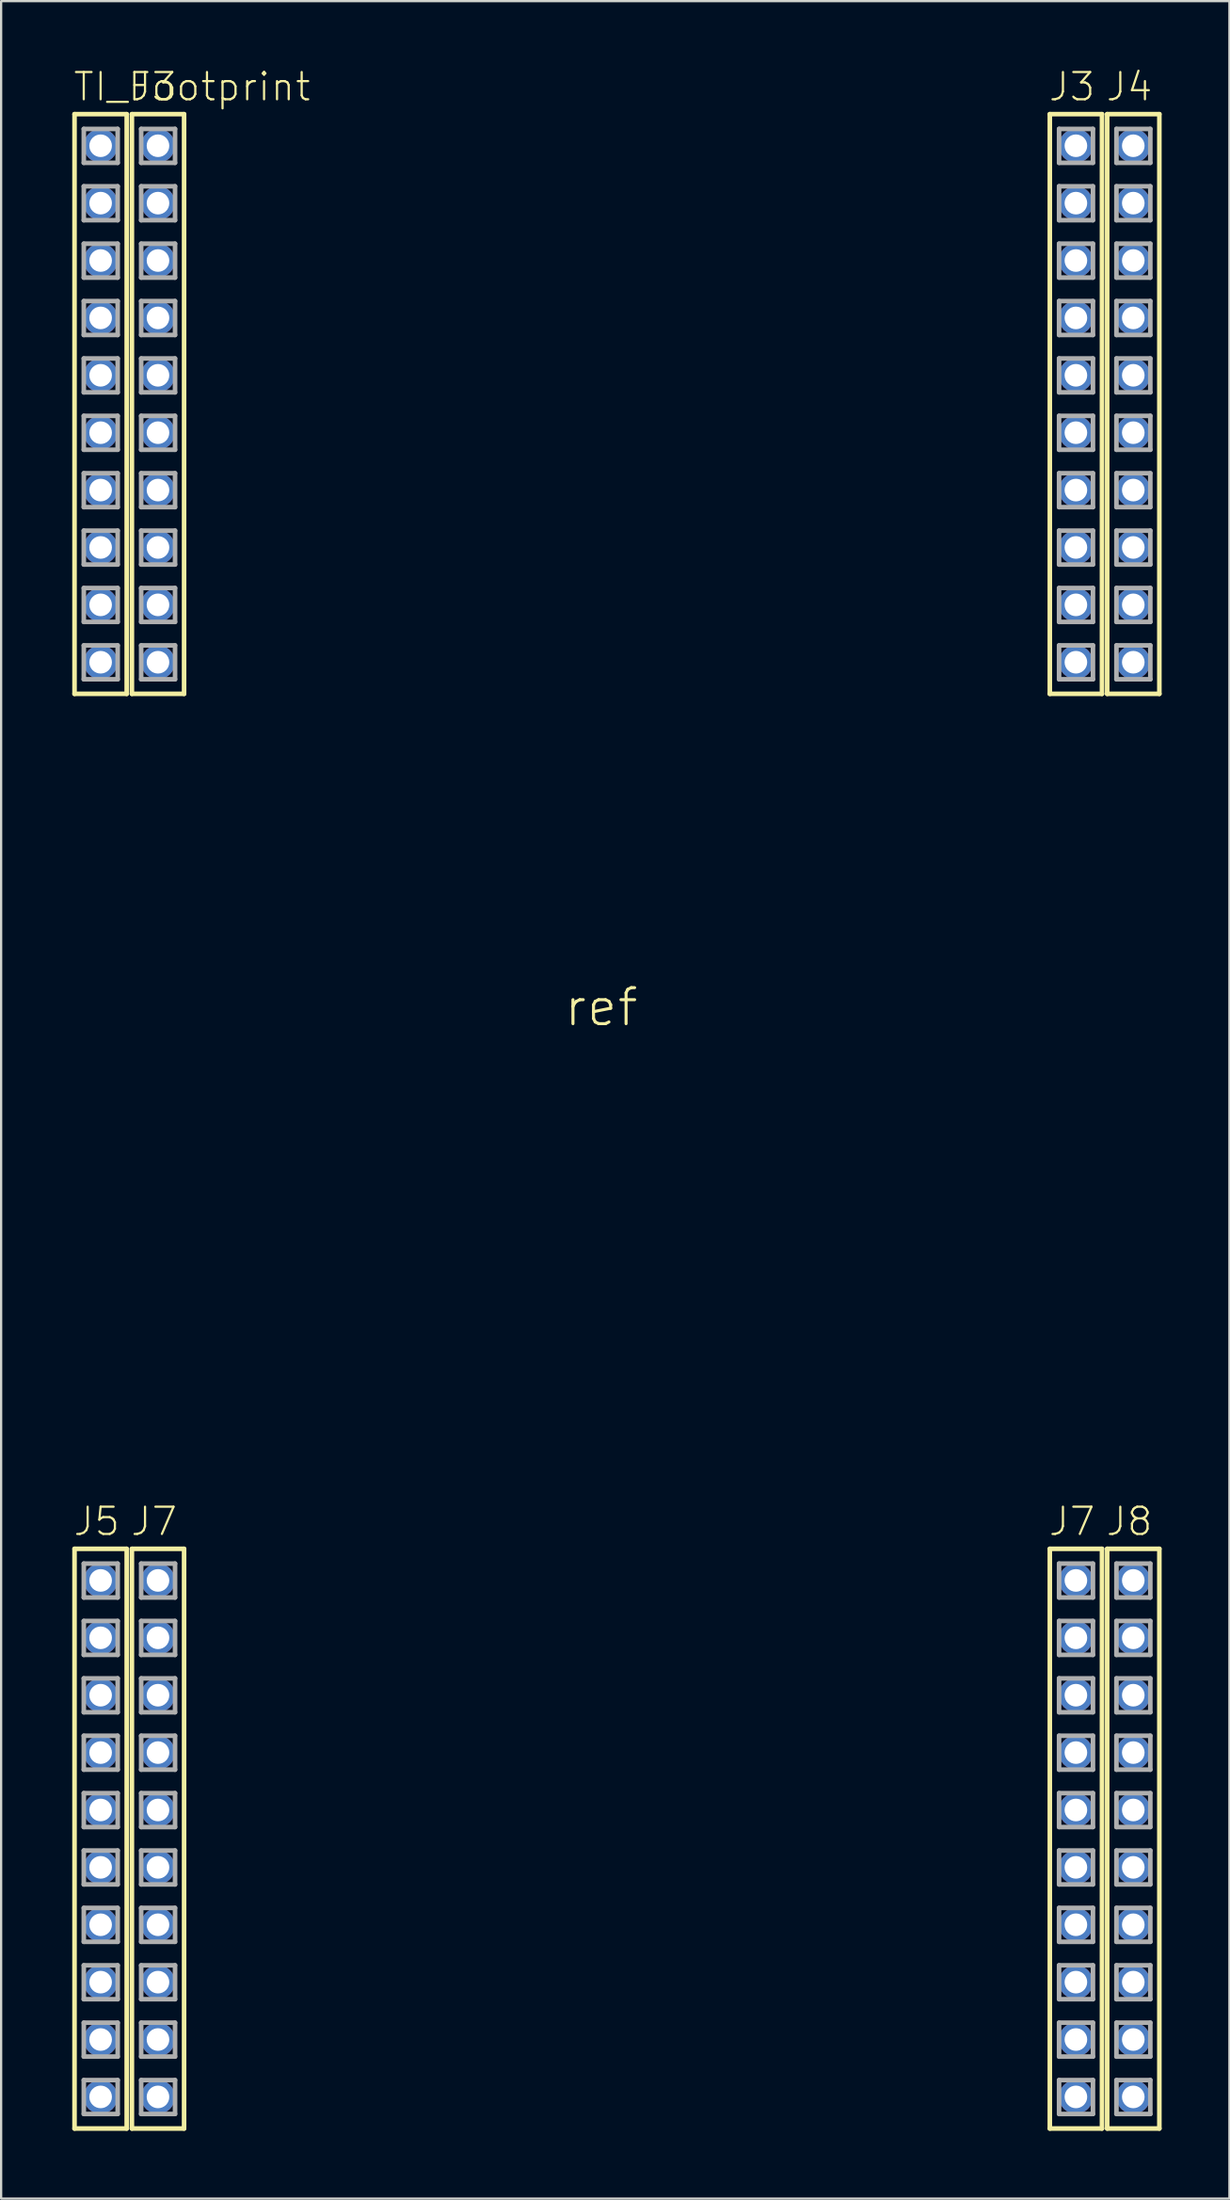
<source format=kicad_pcb>
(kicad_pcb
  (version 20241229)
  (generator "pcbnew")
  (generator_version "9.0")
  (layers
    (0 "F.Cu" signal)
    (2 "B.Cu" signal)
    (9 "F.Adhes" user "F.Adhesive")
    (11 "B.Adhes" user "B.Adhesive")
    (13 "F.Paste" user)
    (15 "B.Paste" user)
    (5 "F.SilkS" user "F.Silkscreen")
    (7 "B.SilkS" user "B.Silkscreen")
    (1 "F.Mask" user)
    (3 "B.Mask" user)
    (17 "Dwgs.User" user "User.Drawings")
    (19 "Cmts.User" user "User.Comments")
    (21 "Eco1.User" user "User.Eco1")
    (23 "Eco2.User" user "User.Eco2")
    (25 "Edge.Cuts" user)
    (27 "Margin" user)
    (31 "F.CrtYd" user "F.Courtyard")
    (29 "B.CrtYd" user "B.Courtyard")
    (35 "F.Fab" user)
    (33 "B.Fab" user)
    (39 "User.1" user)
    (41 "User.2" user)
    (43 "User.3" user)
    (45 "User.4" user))
  (footprint "TI_Footprint"
    (layer "F.Cu")
    (at 0.25 27.66)
    (property "Reference" "TI_Footprint" (at -0.115 -26.164 180) (layer "F.SilkS") (effects (font (size 1.206 1.206) (thickness 0.097)) (justify left bottom)))
    (attr through_hole)
    (fp_line (start 0 -25.658) (end 2.31 -25.658) (stroke (width 0.203) (type solid)) (layer "F.SilkS"))
    (fp_line (start 0 0) (end 0 -25.658) (stroke (width 0.203) (type solid)) (layer "F.SilkS"))
    (fp_line (start 0 37.842) (end 2.31 37.842) (stroke (width 0.203) (type solid)) (layer "F.SilkS"))
    (fp_line (start 0 63.5) (end 0 37.842) (stroke (width 0.203) (type solid)) (layer "F.SilkS"))
    (fp_line (start 2.31 -25.658) (end 2.31 0) (stroke (width 0.203) (type solid)) (layer "F.SilkS"))
    (fp_line (start 2.31 0) (end 0 0) (stroke (width 0.203) (type solid)) (layer "F.SilkS"))
    (fp_line (start 2.31 37.842) (end 2.31 63.5) (stroke (width 0.203) (type solid)) (layer "F.SilkS"))
    (fp_line (start 2.31 63.5) (end 0 63.5) (stroke (width 0.203) (type solid)) (layer "F.SilkS"))
    (fp_line (start 2.54 -25.658) (end 4.85 -25.658) (stroke (width 0.203) (type solid)) (layer "F.SilkS"))
    (fp_line (start 2.54 0) (end 2.54 -25.658) (stroke (width 0.203) (type solid)) (layer "F.SilkS"))
    (fp_line (start 2.54 37.842) (end 4.85 37.842) (stroke (width 0.203) (type solid)) (layer "F.SilkS"))
    (fp_line (start 2.54 63.5) (end 2.54 37.842) (stroke (width 0.203) (type solid)) (layer "F.SilkS"))
    (fp_line (start 4.85 -25.658) (end 4.85 0) (stroke (width 0.203) (type solid)) (layer "F.SilkS"))
    (fp_line (start 4.85 0) (end 2.54 0) (stroke (width 0.203) (type solid)) (layer "F.SilkS"))
    (fp_line (start 4.85 37.842) (end 4.85 63.5) (stroke (width 0.203) (type solid)) (layer "F.SilkS"))
    (fp_line (start 4.85 63.5) (end 2.54 63.5) (stroke (width 0.203) (type solid)) (layer "F.SilkS"))
    (fp_line (start 43.18 -25.658) (end 45.49 -25.658) (stroke (width 0.203) (type solid)) (layer "F.SilkS"))
    (fp_line (start 43.18 0) (end 43.18 -25.658) (stroke (width 0.203) (type solid)) (layer "F.SilkS"))
    (fp_line (start 43.18 37.842) (end 45.49 37.842) (stroke (width 0.203) (type solid)) (layer "F.SilkS"))
    (fp_line (start 43.18 63.5) (end 43.18 37.842) (stroke (width 0.203) (type solid)) (layer "F.SilkS"))
    (fp_line (start 45.49 -25.658) (end 45.49 0) (stroke (width 0.203) (type solid)) (layer "F.SilkS"))
    (fp_line (start 45.49 0) (end 43.18 0) (stroke (width 0.203) (type solid)) (layer "F.SilkS"))
    (fp_line (start 45.49 37.842) (end 45.49 63.5) (stroke (width 0.203) (type solid)) (layer "F.SilkS"))
    (fp_line (start 45.49 63.5) (end 43.18 63.5) (stroke (width 0.203) (type solid)) (layer "F.SilkS"))
    (fp_line (start 45.72 -25.658) (end 48.03 -25.658) (stroke (width 0.203) (type solid)) (layer "F.SilkS"))
    (fp_line (start 45.72 0) (end 45.72 -25.658) (stroke (width 0.203) (type solid)) (layer "F.SilkS"))
    (fp_line (start 45.72 37.842) (end 48.03 37.842) (stroke (width 0.203) (type solid)) (layer "F.SilkS"))
    (fp_line (start 45.72 63.5) (end 45.72 37.842) (stroke (width 0.203) (type solid)) (layer "F.SilkS"))
    (fp_line (start 48.03 -25.658) (end 48.03 0) (stroke (width 0.203) (type solid)) (layer "F.SilkS"))
    (fp_line (start 48.03 0) (end 45.72 0) (stroke (width 0.203) (type solid)) (layer "F.SilkS"))
    (fp_line (start 48.03 37.842) (end 48.03 63.5) (stroke (width 0.203) (type solid)) (layer "F.SilkS"))
    (fp_line (start 48.03 63.5) (end 45.72 63.5) (stroke (width 0.203) (type solid)) (layer "F.SilkS"))
    (fp_line (start 0.41 -25.004) (end 1.91 -25.004) (stroke (width 0.203) (type solid)) (layer "F.Fab"))
    (fp_line (start 0.41 -23.504) (end 0.41 -25.004) (stroke (width 0.203) (type solid)) (layer "F.Fab"))
    (fp_line (start 0.41 -22.464) (end 1.91 -22.464) (stroke (width 0.203) (type solid)) (layer "F.Fab"))
    (fp_line (start 0.41 -20.964) (end 0.41 -22.464) (stroke (width 0.203) (type solid)) (layer "F.Fab"))
    (fp_line (start 0.41 -19.924) (end 1.91 -19.924) (stroke (width 0.203) (type solid)) (layer "F.Fab"))
    (fp_line (start 0.41 -18.424) (end 0.41 -19.924) (stroke (width 0.203) (type solid)) (layer "F.Fab"))
    (fp_line (start 0.41 -17.384) (end 1.91 -17.384) (stroke (width 0.203) (type solid)) (layer "F.Fab"))
    (fp_line (start 0.41 -15.884) (end 0.41 -17.384) (stroke (width 0.203) (type solid)) (layer "F.Fab"))
    (fp_line (start 0.41 -14.844) (end 1.91 -14.844) (stroke (width 0.203) (type solid)) (layer "F.Fab"))
    (fp_line (start 0.41 -13.344) (end 0.41 -14.844) (stroke (width 0.203) (type solid)) (layer "F.Fab"))
    (fp_line (start 0.41 -12.304) (end 1.91 -12.304) (stroke (width 0.203) (type solid)) (layer "F.Fab"))
    (fp_line (start 0.41 -10.804) (end 0.41 -12.304) (stroke (width 0.203) (type solid)) (layer "F.Fab"))
    (fp_line (start 0.41 -9.764) (end 1.91 -9.764) (stroke (width 0.203) (type solid)) (layer "F.Fab"))
    (fp_line (start 0.41 -8.264) (end 0.41 -9.764) (stroke (width 0.203) (type solid)) (layer "F.Fab"))
    (fp_line (start 0.41 -7.224) (end 1.91 -7.224) (stroke (width 0.203) (type solid)) (layer "F.Fab"))
    (fp_line (start 0.41 -5.724) (end 0.41 -7.224) (stroke (width 0.203) (type solid)) (layer "F.Fab"))
    (fp_line (start 0.41 -4.684) (end 1.91 -4.684) (stroke (width 0.203) (type solid)) (layer "F.Fab"))
    (fp_line (start 0.41 -3.184) (end 0.41 -4.684) (stroke (width 0.203) (type solid)) (layer "F.Fab"))
    (fp_line (start 0.41 -2.144) (end 1.91 -2.144) (stroke (width 0.203) (type solid)) (layer "F.Fab"))
    (fp_line (start 0.41 -0.644) (end 0.41 -2.144) (stroke (width 0.203) (type solid)) (layer "F.Fab"))
    (fp_line (start 0.41 38.496) (end 1.91 38.496) (stroke (width 0.203) (type solid)) (layer "F.Fab"))
    (fp_line (start 0.41 39.996) (end 0.41 38.496) (stroke (width 0.203) (type solid)) (layer "F.Fab"))
    (fp_line (start 0.41 41.036) (end 1.91 41.036) (stroke (width 0.203) (type solid)) (layer "F.Fab"))
    (fp_line (start 0.41 42.536) (end 0.41 41.036) (stroke (width 0.203) (type solid)) (layer "F.Fab"))
    (fp_line (start 0.41 43.576) (end 1.91 43.576) (stroke (width 0.203) (type solid)) (layer "F.Fab"))
    (fp_line (start 0.41 45.076) (end 0.41 43.576) (stroke (width 0.203) (type solid)) (layer "F.Fab"))
    (fp_line (start 0.41 46.116) (end 1.91 46.116) (stroke (width 0.203) (type solid)) (layer "F.Fab"))
    (fp_line (start 0.41 47.616) (end 0.41 46.116) (stroke (width 0.203) (type solid)) (layer "F.Fab"))
    (fp_line (start 0.41 48.656) (end 1.91 48.656) (stroke (width 0.203) (type solid)) (layer "F.Fab"))
    (fp_line (start 0.41 50.156) (end 0.41 48.656) (stroke (width 0.203) (type solid)) (layer "F.Fab"))
    (fp_line (start 0.41 51.196) (end 1.91 51.196) (stroke (width 0.203) (type solid)) (layer "F.Fab"))
    (fp_line (start 0.41 52.696) (end 0.41 51.196) (stroke (width 0.203) (type solid)) (layer "F.Fab"))
    (fp_line (start 0.41 53.736) (end 1.91 53.736) (stroke (width 0.203) (type solid)) (layer "F.Fab"))
    (fp_line (start 0.41 55.236) (end 0.41 53.736) (stroke (width 0.203) (type solid)) (layer "F.Fab"))
    (fp_line (start 0.41 56.276) (end 1.91 56.276) (stroke (width 0.203) (type solid)) (layer "F.Fab"))
    (fp_line (start 0.41 57.776) (end 0.41 56.276) (stroke (width 0.203) (type solid)) (layer "F.Fab"))
    (fp_line (start 0.41 58.816) (end 1.91 58.816) (stroke (width 0.203) (type solid)) (layer "F.Fab"))
    (fp_line (start 0.41 60.316) (end 0.41 58.816) (stroke (width 0.203) (type solid)) (layer "F.Fab"))
    (fp_line (start 0.41 61.356) (end 1.91 61.356) (stroke (width 0.203) (type solid)) (layer "F.Fab"))
    (fp_line (start 0.41 62.856) (end 0.41 61.356) (stroke (width 0.203) (type solid)) (layer "F.Fab"))
    (fp_line (start 1.91 -25.004) (end 1.91 -23.504) (stroke (width 0.203) (type solid)) (layer "F.Fab"))
    (fp_line (start 1.91 -23.504) (end 0.41 -23.504) (stroke (width 0.203) (type solid)) (layer "F.Fab"))
    (fp_line (start 1.91 -22.464) (end 1.91 -20.964) (stroke (width 0.203) (type solid)) (layer "F.Fab"))
    (fp_line (start 1.91 -20.964) (end 0.41 -20.964) (stroke (width 0.203) (type solid)) (layer "F.Fab"))
    (fp_line (start 1.91 -19.924) (end 1.91 -18.424) (stroke (width 0.203) (type solid)) (layer "F.Fab"))
    (fp_line (start 1.91 -18.424) (end 0.41 -18.424) (stroke (width 0.203) (type solid)) (layer "F.Fab"))
    (fp_line (start 1.91 -17.384) (end 1.91 -15.884) (stroke (width 0.203) (type solid)) (layer "F.Fab"))
    (fp_line (start 1.91 -15.884) (end 0.41 -15.884) (stroke (width 0.203) (type solid)) (layer "F.Fab"))
    (fp_line (start 1.91 -14.844) (end 1.91 -13.344) (stroke (width 0.203) (type solid)) (layer "F.Fab"))
    (fp_line (start 1.91 -13.344) (end 0.41 -13.344) (stroke (width 0.203) (type solid)) (layer "F.Fab"))
    (fp_line (start 1.91 -12.304) (end 1.91 -10.804) (stroke (width 0.203) (type solid)) (layer "F.Fab"))
    (fp_line (start 1.91 -10.804) (end 0.41 -10.804) (stroke (width 0.203) (type solid)) (layer "F.Fab"))
    (fp_line (start 1.91 -9.764) (end 1.91 -8.264) (stroke (width 0.203) (type solid)) (layer "F.Fab"))
    (fp_line (start 1.91 -8.264) (end 0.41 -8.264) (stroke (width 0.203) (type solid)) (layer "F.Fab"))
    (fp_line (start 1.91 -7.224) (end 1.91 -5.724) (stroke (width 0.203) (type solid)) (layer "F.Fab"))
    (fp_line (start 1.91 -5.724) (end 0.41 -5.724) (stroke (width 0.203) (type solid)) (layer "F.Fab"))
    (fp_line (start 1.91 -4.684) (end 1.91 -3.184) (stroke (width 0.203) (type solid)) (layer "F.Fab"))
    (fp_line (start 1.91 -3.184) (end 0.41 -3.184) (stroke (width 0.203) (type solid)) (layer "F.Fab"))
    (fp_line (start 1.91 -2.144) (end 1.91 -0.644) (stroke (width 0.203) (type solid)) (layer "F.Fab"))
    (fp_line (start 1.91 -0.644) (end 0.41 -0.644) (stroke (width 0.203) (type solid)) (layer "F.Fab"))
    (fp_line (start 1.91 38.496) (end 1.91 39.996) (stroke (width 0.203) (type solid)) (layer "F.Fab"))
    (fp_line (start 1.91 39.996) (end 0.41 39.996) (stroke (width 0.203) (type solid)) (layer "F.Fab"))
    (fp_line (start 1.91 41.036) (end 1.91 42.536) (stroke (width 0.203) (type solid)) (layer "F.Fab"))
    (fp_line (start 1.91 42.536) (end 0.41 42.536) (stroke (width 0.203) (type solid)) (layer "F.Fab"))
    (fp_line (start 1.91 43.576) (end 1.91 45.076) (stroke (width 0.203) (type solid)) (layer "F.Fab"))
    (fp_line (start 1.91 45.076) (end 0.41 45.076) (stroke (width 0.203) (type solid)) (layer "F.Fab"))
    (fp_line (start 1.91 46.116) (end 1.91 47.616) (stroke (width 0.203) (type solid)) (layer "F.Fab"))
    (fp_line (start 1.91 47.616) (end 0.41 47.616) (stroke (width 0.203) (type solid)) (layer "F.Fab"))
    (fp_line (start 1.91 48.656) (end 1.91 50.156) (stroke (width 0.203) (type solid)) (layer "F.Fab"))
    (fp_line (start 1.91 50.156) (end 0.41 50.156) (stroke (width 0.203) (type solid)) (layer "F.Fab"))
    (fp_line (start 1.91 51.196) (end 1.91 52.696) (stroke (width 0.203) (type solid)) (layer "F.Fab"))
    (fp_line (start 1.91 52.696) (end 0.41 52.696) (stroke (width 0.203) (type solid)) (layer "F.Fab"))
    (fp_line (start 1.91 53.736) (end 1.91 55.236) (stroke (width 0.203) (type solid)) (layer "F.Fab"))
    (fp_line (start 1.91 55.236) (end 0.41 55.236) (stroke (width 0.203) (type solid)) (layer "F.Fab"))
    (fp_line (start 1.91 56.276) (end 1.91 57.776) (stroke (width 0.203) (type solid)) (layer "F.Fab"))
    (fp_line (start 1.91 57.776) (end 0.41 57.776) (stroke (width 0.203) (type solid)) (layer "F.Fab"))
    (fp_line (start 1.91 58.816) (end 1.91 60.316) (stroke (width 0.203) (type solid)) (layer "F.Fab"))
    (fp_line (start 1.91 60.316) (end 0.41 60.316) (stroke (width 0.203) (type solid)) (layer "F.Fab"))
    (fp_line (start 1.91 61.356) (end 1.91 62.856) (stroke (width 0.203) (type solid)) (layer "F.Fab"))
    (fp_line (start 1.91 62.856) (end 0.41 62.856) (stroke (width 0.203) (type solid)) (layer "F.Fab"))
    (fp_line (start 2.95 -25.004) (end 4.45 -25.004) (stroke (width 0.203) (type solid)) (layer "F.Fab"))
    (fp_line (start 2.95 -23.504) (end 2.95 -25.004) (stroke (width 0.203) (type solid)) (layer "F.Fab"))
    (fp_line (start 2.95 -22.464) (end 4.45 -22.464) (stroke (width 0.203) (type solid)) (layer "F.Fab"))
    (fp_line (start 2.95 -20.964) (end 2.95 -22.464) (stroke (width 0.203) (type solid)) (layer "F.Fab"))
    (fp_line (start 2.95 -19.924) (end 4.45 -19.924) (stroke (width 0.203) (type solid)) (layer "F.Fab"))
    (fp_line (start 2.95 -18.424) (end 2.95 -19.924) (stroke (width 0.203) (type solid)) (layer "F.Fab"))
    (fp_line (start 2.95 -17.384) (end 4.45 -17.384) (stroke (width 0.203) (type solid)) (layer "F.Fab"))
    (fp_line (start 2.95 -15.884) (end 2.95 -17.384) (stroke (width 0.203) (type solid)) (layer "F.Fab"))
    (fp_line (start 2.95 -14.844) (end 4.45 -14.844) (stroke (width 0.203) (type solid)) (layer "F.Fab"))
    (fp_line (start 2.95 -13.344) (end 2.95 -14.844) (stroke (width 0.203) (type solid)) (layer "F.Fab"))
    (fp_line (start 2.95 -12.304) (end 4.45 -12.304) (stroke (width 0.203) (type solid)) (layer "F.Fab"))
    (fp_line (start 2.95 -10.804) (end 2.95 -12.304) (stroke (width 0.203) (type solid)) (layer "F.Fab"))
    (fp_line (start 2.95 -9.764) (end 4.45 -9.764) (stroke (width 0.203) (type solid)) (layer "F.Fab"))
    (fp_line (start 2.95 -8.264) (end 2.95 -9.764) (stroke (width 0.203) (type solid)) (layer "F.Fab"))
    (fp_line (start 2.95 -7.224) (end 4.45 -7.224) (stroke (width 0.203) (type solid)) (layer "F.Fab"))
    (fp_line (start 2.95 -5.724) (end 2.95 -7.224) (stroke (width 0.203) (type solid)) (layer "F.Fab"))
    (fp_line (start 2.95 -4.684) (end 4.45 -4.684) (stroke (width 0.203) (type solid)) (layer "F.Fab"))
    (fp_line (start 2.95 -3.184) (end 2.95 -4.684) (stroke (width 0.203) (type solid)) (layer "F.Fab"))
    (fp_line (start 2.95 -2.144) (end 4.45 -2.144) (stroke (width 0.203) (type solid)) (layer "F.Fab"))
    (fp_line (start 2.95 -0.644) (end 2.95 -2.144) (stroke (width 0.203) (type solid)) (layer "F.Fab"))
    (fp_line (start 2.95 38.496) (end 4.45 38.496) (stroke (width 0.203) (type solid)) (layer "F.Fab"))
    (fp_line (start 2.95 39.996) (end 2.95 38.496) (stroke (width 0.203) (type solid)) (layer "F.Fab"))
    (fp_line (start 2.95 41.036) (end 4.45 41.036) (stroke (width 0.203) (type solid)) (layer "F.Fab"))
    (fp_line (start 2.95 42.536) (end 2.95 41.036) (stroke (width 0.203) (type solid)) (layer "F.Fab"))
    (fp_line (start 2.95 43.576) (end 4.45 43.576) (stroke (width 0.203) (type solid)) (layer "F.Fab"))
    (fp_line (start 2.95 45.076) (end 2.95 43.576) (stroke (width 0.203) (type solid)) (layer "F.Fab"))
    (fp_line (start 2.95 46.116) (end 4.45 46.116) (stroke (width 0.203) (type solid)) (layer "F.Fab"))
    (fp_line (start 2.95 47.616) (end 2.95 46.116) (stroke (width 0.203) (type solid)) (layer "F.Fab"))
    (fp_line (start 2.95 48.656) (end 4.45 48.656) (stroke (width 0.203) (type solid)) (layer "F.Fab"))
    (fp_line (start 2.95 50.156) (end 2.95 48.656) (stroke (width 0.203) (type solid)) (layer "F.Fab"))
    (fp_line (start 2.95 51.196) (end 4.45 51.196) (stroke (width 0.203) (type solid)) (layer "F.Fab"))
    (fp_line (start 2.95 52.696) (end 2.95 51.196) (stroke (width 0.203) (type solid)) (layer "F.Fab"))
    (fp_line (start 2.95 53.736) (end 4.45 53.736) (stroke (width 0.203) (type solid)) (layer "F.Fab"))
    (fp_line (start 2.95 55.236) (end 2.95 53.736) (stroke (width 0.203) (type solid)) (layer "F.Fab"))
    (fp_line (start 2.95 56.276) (end 4.45 56.276) (stroke (width 0.203) (type solid)) (layer "F.Fab"))
    (fp_line (start 2.95 57.776) (end 2.95 56.276) (stroke (width 0.203) (type solid)) (layer "F.Fab"))
    (fp_line (start 2.95 58.816) (end 4.45 58.816) (stroke (width 0.203) (type solid)) (layer "F.Fab"))
    (fp_line (start 2.95 60.316) (end 2.95 58.816) (stroke (width 0.203) (type solid)) (layer "F.Fab"))
    (fp_line (start 2.95 61.356) (end 4.45 61.356) (stroke (width 0.203) (type solid)) (layer "F.Fab"))
    (fp_line (start 2.95 62.856) (end 2.95 61.356) (stroke (width 0.203) (type solid)) (layer "F.Fab"))
    (fp_line (start 4.45 -25.004) (end 4.45 -23.504) (stroke (width 0.203) (type solid)) (layer "F.Fab"))
    (fp_line (start 4.45 -23.504) (end 2.95 -23.504) (stroke (width 0.203) (type solid)) (layer "F.Fab"))
    (fp_line (start 4.45 -22.464) (end 4.45 -20.964) (stroke (width 0.203) (type solid)) (layer "F.Fab"))
    (fp_line (start 4.45 -20.964) (end 2.95 -20.964) (stroke (width 0.203) (type solid)) (layer "F.Fab"))
    (fp_line (start 4.45 -19.924) (end 4.45 -18.424) (stroke (width 0.203) (type solid)) (layer "F.Fab"))
    (fp_line (start 4.45 -18.424) (end 2.95 -18.424) (stroke (width 0.203) (type solid)) (layer "F.Fab"))
    (fp_line (start 4.45 -17.384) (end 4.45 -15.884) (stroke (width 0.203) (type solid)) (layer "F.Fab"))
    (fp_line (start 4.45 -15.884) (end 2.95 -15.884) (stroke (width 0.203) (type solid)) (layer "F.Fab"))
    (fp_line (start 4.45 -14.844) (end 4.45 -13.344) (stroke (width 0.203) (type solid)) (layer "F.Fab"))
    (fp_line (start 4.45 -13.344) (end 2.95 -13.344) (stroke (width 0.203) (type solid)) (layer "F.Fab"))
    (fp_line (start 4.45 -12.304) (end 4.45 -10.804) (stroke (width 0.203) (type solid)) (layer "F.Fab"))
    (fp_line (start 4.45 -10.804) (end 2.95 -10.804) (stroke (width 0.203) (type solid)) (layer "F.Fab"))
    (fp_line (start 4.45 -9.764) (end 4.45 -8.264) (stroke (width 0.203) (type solid)) (layer "F.Fab"))
    (fp_line (start 4.45 -8.264) (end 2.95 -8.264) (stroke (width 0.203) (type solid)) (layer "F.Fab"))
    (fp_line (start 4.45 -7.224) (end 4.45 -5.724) (stroke (width 0.203) (type solid)) (layer "F.Fab"))
    (fp_line (start 4.45 -5.724) (end 2.95 -5.724) (stroke (width 0.203) (type solid)) (layer "F.Fab"))
    (fp_line (start 4.45 -4.684) (end 4.45 -3.184) (stroke (width 0.203) (type solid)) (layer "F.Fab"))
    (fp_line (start 4.45 -3.184) (end 2.95 -3.184) (stroke (width 0.203) (type solid)) (layer "F.Fab"))
    (fp_line (start 4.45 -2.144) (end 4.45 -0.644) (stroke (width 0.203) (type solid)) (layer "F.Fab"))
    (fp_line (start 4.45 -0.644) (end 2.95 -0.644) (stroke (width 0.203) (type solid)) (layer "F.Fab"))
    (fp_line (start 4.45 38.496) (end 4.45 39.996) (stroke (width 0.203) (type solid)) (layer "F.Fab"))
    (fp_line (start 4.45 39.996) (end 2.95 39.996) (stroke (width 0.203) (type solid)) (layer "F.Fab"))
    (fp_line (start 4.45 41.036) (end 4.45 42.536) (stroke (width 0.203) (type solid)) (layer "F.Fab"))
    (fp_line (start 4.45 42.536) (end 2.95 42.536) (stroke (width 0.203) (type solid)) (layer "F.Fab"))
    (fp_line (start 4.45 43.576) (end 4.45 45.076) (stroke (width 0.203) (type solid)) (layer "F.Fab"))
    (fp_line (start 4.45 45.076) (end 2.95 45.076) (stroke (width 0.203) (type solid)) (layer "F.Fab"))
    (fp_line (start 4.45 46.116) (end 4.45 47.616) (stroke (width 0.203) (type solid)) (layer "F.Fab"))
    (fp_line (start 4.45 47.616) (end 2.95 47.616) (stroke (width 0.203) (type solid)) (layer "F.Fab"))
    (fp_line (start 4.45 48.656) (end 4.45 50.156) (stroke (width 0.203) (type solid)) (layer "F.Fab"))
    (fp_line (start 4.45 50.156) (end 2.95 50.156) (stroke (width 0.203) (type solid)) (layer "F.Fab"))
    (fp_line (start 4.45 51.196) (end 4.45 52.696) (stroke (width 0.203) (type solid)) (layer "F.Fab"))
    (fp_line (start 4.45 52.696) (end 2.95 52.696) (stroke (width 0.203) (type solid)) (layer "F.Fab"))
    (fp_line (start 4.45 53.736) (end 4.45 55.236) (stroke (width 0.203) (type solid)) (layer "F.Fab"))
    (fp_line (start 4.45 55.236) (end 2.95 55.236) (stroke (width 0.203) (type solid)) (layer "F.Fab"))
    (fp_line (start 4.45 56.276) (end 4.45 57.776) (stroke (width 0.203) (type solid)) (layer "F.Fab"))
    (fp_line (start 4.45 57.776) (end 2.95 57.776) (stroke (width 0.203) (type solid)) (layer "F.Fab"))
    (fp_line (start 4.45 58.816) (end 4.45 60.316) (stroke (width 0.203) (type solid)) (layer "F.Fab"))
    (fp_line (start 4.45 60.316) (end 2.95 60.316) (stroke (width 0.203) (type solid)) (layer "F.Fab"))
    (fp_line (start 4.45 61.356) (end 4.45 62.856) (stroke (width 0.203) (type solid)) (layer "F.Fab"))
    (fp_line (start 4.45 62.856) (end 2.95 62.856) (stroke (width 0.203) (type solid)) (layer "F.Fab"))
    (fp_line (start 43.59 -25.004) (end 45.09 -25.004) (stroke (width 0.203) (type solid)) (layer "F.Fab"))
    (fp_line (start 43.59 -23.504) (end 43.59 -25.004) (stroke (width 0.203) (type solid)) (layer "F.Fab"))
    (fp_line (start 43.59 -22.464) (end 45.09 -22.464) (stroke (width 0.203) (type solid)) (layer "F.Fab"))
    (fp_line (start 43.59 -20.964) (end 43.59 -22.464) (stroke (width 0.203) (type solid)) (layer "F.Fab"))
    (fp_line (start 43.59 -19.924) (end 45.09 -19.924) (stroke (width 0.203) (type solid)) (layer "F.Fab"))
    (fp_line (start 43.59 -18.424) (end 43.59 -19.924) (stroke (width 0.203) (type solid)) (layer "F.Fab"))
    (fp_line (start 43.59 -17.384) (end 45.09 -17.384) (stroke (width 0.203) (type solid)) (layer "F.Fab"))
    (fp_line (start 43.59 -15.884) (end 43.59 -17.384) (stroke (width 0.203) (type solid)) (layer "F.Fab"))
    (fp_line (start 43.59 -14.844) (end 45.09 -14.844) (stroke (width 0.203) (type solid)) (layer "F.Fab"))
    (fp_line (start 43.59 -13.344) (end 43.59 -14.844) (stroke (width 0.203) (type solid)) (layer "F.Fab"))
    (fp_line (start 43.59 -12.304) (end 45.09 -12.304) (stroke (width 0.203) (type solid)) (layer "F.Fab"))
    (fp_line (start 43.59 -10.804) (end 43.59 -12.304) (stroke (width 0.203) (type solid)) (layer "F.Fab"))
    (fp_line (start 43.59 -9.764) (end 45.09 -9.764) (stroke (width 0.203) (type solid)) (layer "F.Fab"))
    (fp_line (start 43.59 -8.264) (end 43.59 -9.764) (stroke (width 0.203) (type solid)) (layer "F.Fab"))
    (fp_line (start 43.59 -7.224) (end 45.09 -7.224) (stroke (width 0.203) (type solid)) (layer "F.Fab"))
    (fp_line (start 43.59 -5.724) (end 43.59 -7.224) (stroke (width 0.203) (type solid)) (layer "F.Fab"))
    (fp_line (start 43.59 -4.684) (end 45.09 -4.684) (stroke (width 0.203) (type solid)) (layer "F.Fab"))
    (fp_line (start 43.59 -3.184) (end 43.59 -4.684) (stroke (width 0.203) (type solid)) (layer "F.Fab"))
    (fp_line (start 43.59 -2.144) (end 45.09 -2.144) (stroke (width 0.203) (type solid)) (layer "F.Fab"))
    (fp_line (start 43.59 -0.644) (end 43.59 -2.144) (stroke (width 0.203) (type solid)) (layer "F.Fab"))
    (fp_line (start 43.59 38.496) (end 45.09 38.496) (stroke (width 0.203) (type solid)) (layer "F.Fab"))
    (fp_line (start 43.59 39.996) (end 43.59 38.496) (stroke (width 0.203) (type solid)) (layer "F.Fab"))
    (fp_line (start 43.59 41.036) (end 45.09 41.036) (stroke (width 0.203) (type solid)) (layer "F.Fab"))
    (fp_line (start 43.59 42.536) (end 43.59 41.036) (stroke (width 0.203) (type solid)) (layer "F.Fab"))
    (fp_line (start 43.59 43.576) (end 45.09 43.576) (stroke (width 0.203) (type solid)) (layer "F.Fab"))
    (fp_line (start 43.59 45.076) (end 43.59 43.576) (stroke (width 0.203) (type solid)) (layer "F.Fab"))
    (fp_line (start 43.59 46.116) (end 45.09 46.116) (stroke (width 0.203) (type solid)) (layer "F.Fab"))
    (fp_line (start 43.59 47.616) (end 43.59 46.116) (stroke (width 0.203) (type solid)) (layer "F.Fab"))
    (fp_line (start 43.59 48.656) (end 45.09 48.656) (stroke (width 0.203) (type solid)) (layer "F.Fab"))
    (fp_line (start 43.59 50.156) (end 43.59 48.656) (stroke (width 0.203) (type solid)) (layer "F.Fab"))
    (fp_line (start 43.59 51.196) (end 45.09 51.196) (stroke (width 0.203) (type solid)) (layer "F.Fab"))
    (fp_line (start 43.59 52.696) (end 43.59 51.196) (stroke (width 0.203) (type solid)) (layer "F.Fab"))
    (fp_line (start 43.59 53.736) (end 45.09 53.736) (stroke (width 0.203) (type solid)) (layer "F.Fab"))
    (fp_line (start 43.59 55.236) (end 43.59 53.736) (stroke (width 0.203) (type solid)) (layer "F.Fab"))
    (fp_line (start 43.59 56.276) (end 45.09 56.276) (stroke (width 0.203) (type solid)) (layer "F.Fab"))
    (fp_line (start 43.59 57.776) (end 43.59 56.276) (stroke (width 0.203) (type solid)) (layer "F.Fab"))
    (fp_line (start 43.59 58.816) (end 45.09 58.816) (stroke (width 0.203) (type solid)) (layer "F.Fab"))
    (fp_line (start 43.59 60.316) (end 43.59 58.816) (stroke (width 0.203) (type solid)) (layer "F.Fab"))
    (fp_line (start 43.59 61.356) (end 45.09 61.356) (stroke (width 0.203) (type solid)) (layer "F.Fab"))
    (fp_line (start 43.59 62.856) (end 43.59 61.356) (stroke (width 0.203) (type solid)) (layer "F.Fab"))
    (fp_line (start 45.09 -25.004) (end 45.09 -23.504) (stroke (width 0.203) (type solid)) (layer "F.Fab"))
    (fp_line (start 45.09 -23.504) (end 43.59 -23.504) (stroke (width 0.203) (type solid)) (layer "F.Fab"))
    (fp_line (start 45.09 -22.464) (end 45.09 -20.964) (stroke (width 0.203) (type solid)) (layer "F.Fab"))
    (fp_line (start 45.09 -20.964) (end 43.59 -20.964) (stroke (width 0.203) (type solid)) (layer "F.Fab"))
    (fp_line (start 45.09 -19.924) (end 45.09 -18.424) (stroke (width 0.203) (type solid)) (layer "F.Fab"))
    (fp_line (start 45.09 -18.424) (end 43.59 -18.424) (stroke (width 0.203) (type solid)) (layer "F.Fab"))
    (fp_line (start 45.09 -17.384) (end 45.09 -15.884) (stroke (width 0.203) (type solid)) (layer "F.Fab"))
    (fp_line (start 45.09 -15.884) (end 43.59 -15.884) (stroke (width 0.203) (type solid)) (layer "F.Fab"))
    (fp_line (start 45.09 -14.844) (end 45.09 -13.344) (stroke (width 0.203) (type solid)) (layer "F.Fab"))
    (fp_line (start 45.09 -13.344) (end 43.59 -13.344) (stroke (width 0.203) (type solid)) (layer "F.Fab"))
    (fp_line (start 45.09 -12.304) (end 45.09 -10.804) (stroke (width 0.203) (type solid)) (layer "F.Fab"))
    (fp_line (start 45.09 -10.804) (end 43.59 -10.804) (stroke (width 0.203) (type solid)) (layer "F.Fab"))
    (fp_line (start 45.09 -9.764) (end 45.09 -8.264) (stroke (width 0.203) (type solid)) (layer "F.Fab"))
    (fp_line (start 45.09 -8.264) (end 43.59 -8.264) (stroke (width 0.203) (type solid)) (layer "F.Fab"))
    (fp_line (start 45.09 -7.224) (end 45.09 -5.724) (stroke (width 0.203) (type solid)) (layer "F.Fab"))
    (fp_line (start 45.09 -5.724) (end 43.59 -5.724) (stroke (width 0.203) (type solid)) (layer "F.Fab"))
    (fp_line (start 45.09 -4.684) (end 45.09 -3.184) (stroke (width 0.203) (type solid)) (layer "F.Fab"))
    (fp_line (start 45.09 -3.184) (end 43.59 -3.184) (stroke (width 0.203) (type solid)) (layer "F.Fab"))
    (fp_line (start 45.09 -2.144) (end 45.09 -0.644) (stroke (width 0.203) (type solid)) (layer "F.Fab"))
    (fp_line (start 45.09 -0.644) (end 43.59 -0.644) (stroke (width 0.203) (type solid)) (layer "F.Fab"))
    (fp_line (start 45.09 38.496) (end 45.09 39.996) (stroke (width 0.203) (type solid)) (layer "F.Fab"))
    (fp_line (start 45.09 39.996) (end 43.59 39.996) (stroke (width 0.203) (type solid)) (layer "F.Fab"))
    (fp_line (start 45.09 41.036) (end 45.09 42.536) (stroke (width 0.203) (type solid)) (layer "F.Fab"))
    (fp_line (start 45.09 42.536) (end 43.59 42.536) (stroke (width 0.203) (type solid)) (layer "F.Fab"))
    (fp_line (start 45.09 43.576) (end 45.09 45.076) (stroke (width 0.203) (type solid)) (layer "F.Fab"))
    (fp_line (start 45.09 45.076) (end 43.59 45.076) (stroke (width 0.203) (type solid)) (layer "F.Fab"))
    (fp_line (start 45.09 46.116) (end 45.09 47.616) (stroke (width 0.203) (type solid)) (layer "F.Fab"))
    (fp_line (start 45.09 47.616) (end 43.59 47.616) (stroke (width 0.203) (type solid)) (layer "F.Fab"))
    (fp_line (start 45.09 48.656) (end 45.09 50.156) (stroke (width 0.203) (type solid)) (layer "F.Fab"))
    (fp_line (start 45.09 50.156) (end 43.59 50.156) (stroke (width 0.203) (type solid)) (layer "F.Fab"))
    (fp_line (start 45.09 51.196) (end 45.09 52.696) (stroke (width 0.203) (type solid)) (layer "F.Fab"))
    (fp_line (start 45.09 52.696) (end 43.59 52.696) (stroke (width 0.203) (type solid)) (layer "F.Fab"))
    (fp_line (start 45.09 53.736) (end 45.09 55.236) (stroke (width 0.203) (type solid)) (layer "F.Fab"))
    (fp_line (start 45.09 55.236) (end 43.59 55.236) (stroke (width 0.203) (type solid)) (layer "F.Fab"))
    (fp_line (start 45.09 56.276) (end 45.09 57.776) (stroke (width 0.203) (type solid)) (layer "F.Fab"))
    (fp_line (start 45.09 57.776) (end 43.59 57.776) (stroke (width 0.203) (type solid)) (layer "F.Fab"))
    (fp_line (start 45.09 58.816) (end 45.09 60.316) (stroke (width 0.203) (type solid)) (layer "F.Fab"))
    (fp_line (start 45.09 60.316) (end 43.59 60.316) (stroke (width 0.203) (type solid)) (layer "F.Fab"))
    (fp_line (start 45.09 61.356) (end 45.09 62.856) (stroke (width 0.203) (type solid)) (layer "F.Fab"))
    (fp_line (start 45.09 62.856) (end 43.59 62.856) (stroke (width 0.203) (type solid)) (layer "F.Fab"))
    (fp_line (start 46.13 -25.004) (end 47.63 -25.004) (stroke (width 0.203) (type solid)) (layer "F.Fab"))
    (fp_line (start 46.13 -23.504) (end 46.13 -25.004) (stroke (width 0.203) (type solid)) (layer "F.Fab"))
    (fp_line (start 46.13 -22.464) (end 47.63 -22.464) (stroke (width 0.203) (type solid)) (layer "F.Fab"))
    (fp_line (start 46.13 -20.964) (end 46.13 -22.464) (stroke (width 0.203) (type solid)) (layer "F.Fab"))
    (fp_line (start 46.13 -19.924) (end 47.63 -19.924) (stroke (width 0.203) (type solid)) (layer "F.Fab"))
    (fp_line (start 46.13 -18.424) (end 46.13 -19.924) (stroke (width 0.203) (type solid)) (layer "F.Fab"))
    (fp_line (start 46.13 -17.384) (end 47.63 -17.384) (stroke (width 0.203) (type solid)) (layer "F.Fab"))
    (fp_line (start 46.13 -15.884) (end 46.13 -17.384) (stroke (width 0.203) (type solid)) (layer "F.Fab"))
    (fp_line (start 46.13 -14.844) (end 47.63 -14.844) (stroke (width 0.203) (type solid)) (layer "F.Fab"))
    (fp_line (start 46.13 -13.344) (end 46.13 -14.844) (stroke (width 0.203) (type solid)) (layer "F.Fab"))
    (fp_line (start 46.13 -12.304) (end 47.63 -12.304) (stroke (width 0.203) (type solid)) (layer "F.Fab"))
    (fp_line (start 46.13 -10.804) (end 46.13 -12.304) (stroke (width 0.203) (type solid)) (layer "F.Fab"))
    (fp_line (start 46.13 -9.764) (end 47.63 -9.764) (stroke (width 0.203) (type solid)) (layer "F.Fab"))
    (fp_line (start 46.13 -8.264) (end 46.13 -9.764) (stroke (width 0.203) (type solid)) (layer "F.Fab"))
    (fp_line (start 46.13 -7.224) (end 47.63 -7.224) (stroke (width 0.203) (type solid)) (layer "F.Fab"))
    (fp_line (start 46.13 -5.724) (end 46.13 -7.224) (stroke (width 0.203) (type solid)) (layer "F.Fab"))
    (fp_line (start 46.13 -4.684) (end 47.63 -4.684) (stroke (width 0.203) (type solid)) (layer "F.Fab"))
    (fp_line (start 46.13 -3.184) (end 46.13 -4.684) (stroke (width 0.203) (type solid)) (layer "F.Fab"))
    (fp_line (start 46.13 -2.144) (end 47.63 -2.144) (stroke (width 0.203) (type solid)) (layer "F.Fab"))
    (fp_line (start 46.13 -0.644) (end 46.13 -2.144) (stroke (width 0.203) (type solid)) (layer "F.Fab"))
    (fp_line (start 46.13 38.496) (end 47.63 38.496) (stroke (width 0.203) (type solid)) (layer "F.Fab"))
    (fp_line (start 46.13 39.996) (end 46.13 38.496) (stroke (width 0.203) (type solid)) (layer "F.Fab"))
    (fp_line (start 46.13 41.036) (end 47.63 41.036) (stroke (width 0.203) (type solid)) (layer "F.Fab"))
    (fp_line (start 46.13 42.536) (end 46.13 41.036) (stroke (width 0.203) (type solid)) (layer "F.Fab"))
    (fp_line (start 46.13 43.576) (end 47.63 43.576) (stroke (width 0.203) (type solid)) (layer "F.Fab"))
    (fp_line (start 46.13 45.076) (end 46.13 43.576) (stroke (width 0.203) (type solid)) (layer "F.Fab"))
    (fp_line (start 46.13 46.116) (end 47.63 46.116) (stroke (width 0.203) (type solid)) (layer "F.Fab"))
    (fp_line (start 46.13 47.616) (end 46.13 46.116) (stroke (width 0.203) (type solid)) (layer "F.Fab"))
    (fp_line (start 46.13 48.656) (end 47.63 48.656) (stroke (width 0.203) (type solid)) (layer "F.Fab"))
    (fp_line (start 46.13 50.156) (end 46.13 48.656) (stroke (width 0.203) (type solid)) (layer "F.Fab"))
    (fp_line (start 46.13 51.196) (end 47.63 51.196) (stroke (width 0.203) (type solid)) (layer "F.Fab"))
    (fp_line (start 46.13 52.696) (end 46.13 51.196) (stroke (width 0.203) (type solid)) (layer "F.Fab"))
    (fp_line (start 46.13 53.736) (end 47.63 53.736) (stroke (width 0.203) (type solid)) (layer "F.Fab"))
    (fp_line (start 46.13 55.236) (end 46.13 53.736) (stroke (width 0.203) (type solid)) (layer "F.Fab"))
    (fp_line (start 46.13 56.276) (end 47.63 56.276) (stroke (width 0.203) (type solid)) (layer "F.Fab"))
    (fp_line (start 46.13 57.776) (end 46.13 56.276) (stroke (width 0.203) (type solid)) (layer "F.Fab"))
    (fp_line (start 46.13 58.816) (end 47.63 58.816) (stroke (width 0.203) (type solid)) (layer "F.Fab"))
    (fp_line (start 46.13 60.316) (end 46.13 58.816) (stroke (width 0.203) (type solid)) (layer "F.Fab"))
    (fp_line (start 46.13 61.356) (end 47.63 61.356) (stroke (width 0.203) (type solid)) (layer "F.Fab"))
    (fp_line (start 46.13 62.856) (end 46.13 61.356) (stroke (width 0.203) (type solid)) (layer "F.Fab"))
    (fp_line (start 47.63 -25.004) (end 47.63 -23.504) (stroke (width 0.203) (type solid)) (layer "F.Fab"))
    (fp_line (start 47.63 -23.504) (end 46.13 -23.504) (stroke (width 0.203) (type solid)) (layer "F.Fab"))
    (fp_line (start 47.63 -22.464) (end 47.63 -20.964) (stroke (width 0.203) (type solid)) (layer "F.Fab"))
    (fp_line (start 47.63 -20.964) (end 46.13 -20.964) (stroke (width 0.203) (type solid)) (layer "F.Fab"))
    (fp_line (start 47.63 -19.924) (end 47.63 -18.424) (stroke (width 0.203) (type solid)) (layer "F.Fab"))
    (fp_line (start 47.63 -18.424) (end 46.13 -18.424) (stroke (width 0.203) (type solid)) (layer "F.Fab"))
    (fp_line (start 47.63 -17.384) (end 47.63 -15.884) (stroke (width 0.203) (type solid)) (layer "F.Fab"))
    (fp_line (start 47.63 -15.884) (end 46.13 -15.884) (stroke (width 0.203) (type solid)) (layer "F.Fab"))
    (fp_line (start 47.63 -14.844) (end 47.63 -13.344) (stroke (width 0.203) (type solid)) (layer "F.Fab"))
    (fp_line (start 47.63 -13.344) (end 46.13 -13.344) (stroke (width 0.203) (type solid)) (layer "F.Fab"))
    (fp_line (start 47.63 -12.304) (end 47.63 -10.804) (stroke (width 0.203) (type solid)) (layer "F.Fab"))
    (fp_line (start 47.63 -10.804) (end 46.13 -10.804) (stroke (width 0.203) (type solid)) (layer "F.Fab"))
    (fp_line (start 47.63 -9.764) (end 47.63 -8.264) (stroke (width 0.203) (type solid)) (layer "F.Fab"))
    (fp_line (start 47.63 -8.264) (end 46.13 -8.264) (stroke (width 0.203) (type solid)) (layer "F.Fab"))
    (fp_line (start 47.63 -7.224) (end 47.63 -5.724) (stroke (width 0.203) (type solid)) (layer "F.Fab"))
    (fp_line (start 47.63 -5.724) (end 46.13 -5.724) (stroke (width 0.203) (type solid)) (layer "F.Fab"))
    (fp_line (start 47.63 -4.684) (end 47.63 -3.184) (stroke (width 0.203) (type solid)) (layer "F.Fab"))
    (fp_line (start 47.63 -3.184) (end 46.13 -3.184) (stroke (width 0.203) (type solid)) (layer "F.Fab"))
    (fp_line (start 47.63 -2.144) (end 47.63 -0.644) (stroke (width 0.203) (type solid)) (layer "F.Fab"))
    (fp_line (start 47.63 -0.644) (end 46.13 -0.644) (stroke (width 0.203) (type solid)) (layer "F.Fab"))
    (fp_line (start 47.63 38.496) (end 47.63 39.996) (stroke (width 0.203) (type solid)) (layer "F.Fab"))
    (fp_line (start 47.63 39.996) (end 46.13 39.996) (stroke (width 0.203) (type solid)) (layer "F.Fab"))
    (fp_line (start 47.63 41.036) (end 47.63 42.536) (stroke (width 0.203) (type solid)) (layer "F.Fab"))
    (fp_line (start 47.63 42.536) (end 46.13 42.536) (stroke (width 0.203) (type solid)) (layer "F.Fab"))
    (fp_line (start 47.63 43.576) (end 47.63 45.076) (stroke (width 0.203) (type solid)) (layer "F.Fab"))
    (fp_line (start 47.63 45.076) (end 46.13 45.076) (stroke (width 0.203) (type solid)) (layer "F.Fab"))
    (fp_line (start 47.63 46.116) (end 47.63 47.616) (stroke (width 0.203) (type solid)) (layer "F.Fab"))
    (fp_line (start 47.63 47.616) (end 46.13 47.616) (stroke (width 0.203) (type solid)) (layer "F.Fab"))
    (fp_line (start 47.63 48.656) (end 47.63 50.156) (stroke (width 0.203) (type solid)) (layer "F.Fab"))
    (fp_line (start 47.63 50.156) (end 46.13 50.156) (stroke (width 0.203) (type solid)) (layer "F.Fab"))
    (fp_line (start 47.63 51.196) (end 47.63 52.696) (stroke (width 0.203) (type solid)) (layer "F.Fab"))
    (fp_line (start 47.63 52.696) (end 46.13 52.696) (stroke (width 0.203) (type solid)) (layer "F.Fab"))
    (fp_line (start 47.63 53.736) (end 47.63 55.236) (stroke (width 0.203) (type solid)) (layer "F.Fab"))
    (fp_line (start 47.63 55.236) (end 46.13 55.236) (stroke (width 0.203) (type solid)) (layer "F.Fab"))
    (fp_line (start 47.63 56.276) (end 47.63 57.776) (stroke (width 0.203) (type solid)) (layer "F.Fab"))
    (fp_line (start 47.63 57.776) (end 46.13 57.776) (stroke (width 0.203) (type solid)) (layer "F.Fab"))
    (fp_line (start 47.63 58.816) (end 47.63 60.316) (stroke (width 0.203) (type solid)) (layer "F.Fab"))
    (fp_line (start 47.63 60.316) (end 46.13 60.316) (stroke (width 0.203) (type solid)) (layer "F.Fab"))
    (fp_line (start 47.63 61.356) (end 47.63 62.856) (stroke (width 0.203) (type solid)) (layer "F.Fab"))
    (fp_line (start 47.63 62.856) (end 46.13 62.856) (stroke (width 0.203) (type solid)) (layer "F.Fab"))
    (fp_text user "J4" (at 45.605 -26.164 180) (layer "F.SilkS") (effects (font (size 1.206 1.206) (thickness 0.097)) (justify left bottom)))
    (fp_text user "J7" (at 2.425 37.336 180) (layer "F.SilkS") (effects (font (size 1.206 1.206) (thickness 0.097)) (justify left bottom)))
    (fp_text user "ref" (at 21.6 14.8 0) (layer "F.SilkS") (effects (font (size 1.593 1.593) (thickness 0.134)) (justify left bottom)))
    (fp_text user "J3" (at 43.065 -26.164 180) (layer "F.SilkS") (effects (font (size 1.206 1.206) (thickness 0.097)) (justify left bottom)))
    (fp_text user "J7" (at 43.065 37.336 180) (layer "F.SilkS") (effects (font (size 1.206 1.206) (thickness 0.097)) (justify left bottom)))
    (fp_text user "J8" (at 45.605 37.336 180) (layer "F.SilkS") (effects (font (size 1.206 1.206) (thickness 0.097)) (justify left bottom)))
    (fp_text user "J3" (at 2.425 -26.164 180) (layer "F.SilkS") (effects (font (size 1.206 1.206) (thickness 0.097)) (justify left bottom)))
    (fp_text user "J5" (at -0.115 37.336 180) (layer "F.SilkS") (effects (font (size 1.206 1.206) (thickness 0.097)) (justify left bottom)))
    (pad "1" thru_hole circle (at 1.155 -24.259 270) (size 1.5 1.5) (drill 1) (layers "*.Cu" "*.Mask"))
    (pad "2" thru_hole circle (at 1.155 -21.719 270) (size 1.5 1.5) (drill 1) (layers "*.Cu" "*.Mask"))
    (pad "3" thru_hole circle (at 1.155 -19.179 270) (size 1.5 1.5) (drill 1) (layers "*.Cu" "*.Mask"))
    (pad "4" thru_hole circle (at 1.155 -16.639 270) (size 1.5 1.5) (drill 1) (layers "*.Cu" "*.Mask"))
    (pad "5" thru_hole circle (at 1.155 -14.099 270) (size 1.5 1.5) (drill 1) (layers "*.Cu" "*.Mask"))
    (pad "6" thru_hole circle (at 1.155 -11.559 270) (size 1.5 1.5) (drill 1) (layers "*.Cu" "*.Mask"))
    (pad "7" thru_hole circle (at 1.155 -9.019 270) (size 1.5 1.5) (drill 1) (layers "*.Cu" "*.Mask"))
    (pad "8" thru_hole circle (at 1.155 -6.479 270) (size 1.5 1.5) (drill 1) (layers "*.Cu" "*.Mask"))
    (pad "9" thru_hole circle (at 1.155 -3.939 270) (size 1.5 1.5) (drill 1) (layers "*.Cu" "*.Mask"))
    (pad "10" thru_hole circle (at 1.155 -1.399 270) (size 1.5 1.5) (drill 1) (layers "*.Cu" "*.Mask"))
    (pad "11" thru_hole circle (at 46.875 -1.399 270) (size 1.5 1.5) (drill 1) (layers "*.Cu" "*.Mask"))
    (pad "12" thru_hole circle (at 46.875 -3.939 270) (size 1.5 1.5) (drill 1) (layers "*.Cu" "*.Mask"))
    (pad "13" thru_hole circle (at 46.875 -6.479 270) (size 1.5 1.5) (drill 1) (layers "*.Cu" "*.Mask"))
    (pad "14" thru_hole circle (at 46.875 -9.019 270) (size 1.5 1.5) (drill 1) (layers "*.Cu" "*.Mask"))
    (pad "15" thru_hole circle (at 46.875 -11.559 270) (size 1.5 1.5) (drill 1) (layers "*.Cu" "*.Mask"))
    (pad "16" thru_hole circle (at 46.875 -14.099 270) (size 1.5 1.5) (drill 1) (layers "*.Cu" "*.Mask"))
    (pad "17" thru_hole circle (at 46.875 -16.639 270) (size 1.5 1.5) (drill 1) (layers "*.Cu" "*.Mask"))
    (pad "18" thru_hole circle (at 46.875 -19.179 270) (size 1.5 1.5) (drill 1) (layers "*.Cu" "*.Mask"))
    (pad "19" thru_hole circle (at 46.875 -21.719 270) (size 1.5 1.5) (drill 1) (layers "*.Cu" "*.Mask"))
    (pad "20" thru_hole circle (at 46.875 -24.259 270) (size 1.5 1.5) (drill 1) (layers "*.Cu" "*.Mask"))
    (pad "21" thru_hole circle (at 3.695 -24.259 270) (size 1.5 1.5) (drill 1) (layers "*.Cu" "*.Mask"))
    (pad "22" thru_hole circle (at 3.695 -21.719 270) (size 1.5 1.5) (drill 1) (layers "*.Cu" "*.Mask"))
    (pad "23" thru_hole circle (at 3.695 -19.179 270) (size 1.5 1.5) (drill 1) (layers "*.Cu" "*.Mask"))
    (pad "24" thru_hole circle (at 3.695 -16.639 270) (size 1.5 1.5) (drill 1) (layers "*.Cu" "*.Mask"))
    (pad "25" thru_hole circle (at 3.695 -14.099 270) (size 1.5 1.5) (drill 1) (layers "*.Cu" "*.Mask"))
    (pad "26" thru_hole circle (at 3.695 -11.559 270) (size 1.5 1.5) (drill 1) (layers "*.Cu" "*.Mask"))
    (pad "27" thru_hole circle (at 3.695 -9.019 270) (size 1.5 1.5) (drill 1) (layers "*.Cu" "*.Mask"))
    (pad "28" thru_hole circle (at 3.695 -6.479 270) (size 1.5 1.5) (drill 1) (layers "*.Cu" "*.Mask"))
    (pad "29" thru_hole circle (at 3.695 -3.939 270) (size 1.5 1.5) (drill 1) (layers "*.Cu" "*.Mask"))
    (pad "30" thru_hole circle (at 3.695 -1.399 270) (size 1.5 1.5) (drill 1) (layers "*.Cu" "*.Mask"))
    (pad "31" thru_hole circle (at 44.335 -1.399 270) (size 1.5 1.5) (drill 1) (layers "*.Cu" "*.Mask"))
    (pad "32" thru_hole circle (at 44.335 -3.939 270) (size 1.5 1.5) (drill 1) (layers "*.Cu" "*.Mask"))
    (pad "33" thru_hole circle (at 44.335 -6.479 270) (size 1.5 1.5) (drill 1) (layers "*.Cu" "*.Mask"))
    (pad "34" thru_hole circle (at 44.335 -9.019 270) (size 1.5 1.5) (drill 1) (layers "*.Cu" "*.Mask"))
    (pad "35" thru_hole circle (at 44.335 -11.559 270) (size 1.5 1.5) (drill 1) (layers "*.Cu" "*.Mask"))
    (pad "36" thru_hole circle (at 44.335 -14.099 270) (size 1.5 1.5) (drill 1) (layers "*.Cu" "*.Mask"))
    (pad "37" thru_hole circle (at 44.335 -16.639 270) (size 1.5 1.5) (drill 1) (layers "*.Cu" "*.Mask"))
    (pad "38" thru_hole circle (at 44.335 -19.179 270) (size 1.5 1.5) (drill 1) (layers "*.Cu" "*.Mask"))
    (pad "39" thru_hole circle (at 44.335 -21.719 270) (size 1.5 1.5) (drill 1) (layers "*.Cu" "*.Mask"))
    (pad "40" thru_hole circle (at 44.335 -24.259 270) (size 1.5 1.5) (drill 1) (layers "*.Cu" "*.Mask"))
    (pad "41" thru_hole circle (at 1.155 39.241 270) (size 1.5 1.5) (drill 1) (layers "*.Cu" "*.Mask"))
    (pad "42" thru_hole circle (at 1.155 41.781 270) (size 1.5 1.5) (drill 1) (layers "*.Cu" "*.Mask"))
    (pad "43" thru_hole circle (at 1.155 44.321 270) (size 1.5 1.5) (drill 1) (layers "*.Cu" "*.Mask"))
    (pad "44" thru_hole circle (at 1.155 46.861 270) (size 1.5 1.5) (drill 1) (layers "*.Cu" "*.Mask"))
    (pad "45" thru_hole circle (at 1.155 49.401 270) (size 1.5 1.5) (drill 1) (layers "*.Cu" "*.Mask"))
    (pad "46" thru_hole circle (at 1.155 51.941 270) (size 1.5 1.5) (drill 1) (layers "*.Cu" "*.Mask"))
    (pad "47" thru_hole circle (at 1.155 54.481 270) (size 1.5 1.5) (drill 1) (layers "*.Cu" "*.Mask"))
    (pad "48" thru_hole circle (at 1.155 57.021 270) (size 1.5 1.5) (drill 1) (layers "*.Cu" "*.Mask"))
    (pad "49" thru_hole circle (at 1.155 59.561 270) (size 1.5 1.5) (drill 1) (layers "*.Cu" "*.Mask"))
    (pad "50" thru_hole circle (at 1.155 62.101 270) (size 1.5 1.5) (drill 1) (layers "*.Cu" "*.Mask"))
    (pad "51" thru_hole circle (at 46.875 62.101 270) (size 1.5 1.5) (drill 1) (layers "*.Cu" "*.Mask"))
    (pad "52" thru_hole circle (at 46.875 59.561 270) (size 1.5 1.5) (drill 1) (layers "*.Cu" "*.Mask"))
    (pad "53" thru_hole circle (at 46.875 57.021 270) (size 1.5 1.5) (drill 1) (layers "*.Cu" "*.Mask"))
    (pad "54" thru_hole circle (at 46.875 54.481 270) (size 1.5 1.5) (drill 1) (layers "*.Cu" "*.Mask"))
    (pad "55" thru_hole circle (at 46.875 51.941 270) (size 1.5 1.5) (drill 1) (layers "*.Cu" "*.Mask"))
    (pad "56" thru_hole circle (at 46.875 49.401 270) (size 1.5 1.5) (drill 1) (layers "*.Cu" "*.Mask"))
    (pad "57" thru_hole circle (at 46.875 46.861 270) (size 1.5 1.5) (drill 1) (layers "*.Cu" "*.Mask"))
    (pad "58" thru_hole circle (at 46.875 44.321 270) (size 1.5 1.5) (drill 1) (layers "*.Cu" "*.Mask"))
    (pad "59" thru_hole circle (at 46.875 41.781 270) (size 1.5 1.5) (drill 1) (layers "*.Cu" "*.Mask"))
    (pad "60" thru_hole circle (at 46.875 39.241 270) (size 1.5 1.5) (drill 1) (layers "*.Cu" "*.Mask"))
    (pad "61" thru_hole circle (at 3.695 39.241 270) (size 1.5 1.5) (drill 1) (layers "*.Cu" "*.Mask"))
    (pad "62" thru_hole circle (at 3.695 41.781 270) (size 1.5 1.5) (drill 1) (layers "*.Cu" "*.Mask"))
    (pad "63" thru_hole circle (at 3.695 44.321 270) (size 1.5 1.5) (drill 1) (layers "*.Cu" "*.Mask"))
    (pad "64" thru_hole circle (at 3.695 46.861 270) (size 1.5 1.5) (drill 1) (layers "*.Cu" "*.Mask"))
    (pad "65" thru_hole circle (at 3.695 49.401 270) (size 1.5 1.5) (drill 1) (layers "*.Cu" "*.Mask"))
    (pad "66" thru_hole circle (at 3.695 51.941 270) (size 1.5 1.5) (drill 1) (layers "*.Cu" "*.Mask"))
    (pad "67" thru_hole circle (at 3.695 54.481 270) (size 1.5 1.5) (drill 1) (layers "*.Cu" "*.Mask"))
    (pad "68" thru_hole circle (at 3.695 57.021 270) (size 1.5 1.5) (drill 1) (layers "*.Cu" "*.Mask"))
    (pad "69" thru_hole circle (at 3.695 59.561 270) (size 1.5 1.5) (drill 1) (layers "*.Cu" "*.Mask"))
    (pad "70" thru_hole circle (at 3.695 62.101 270) (size 1.5 1.5) (drill 1) (layers "*.Cu" "*.Mask"))
    (pad "71" thru_hole circle (at 44.335 62.101 270) (size 1.5 1.5) (drill 1) (layers "*.Cu" "*.Mask"))
    (pad "72" thru_hole circle (at 44.335 59.561 270) (size 1.5 1.5) (drill 1) (layers "*.Cu" "*.Mask"))
    (pad "73" thru_hole circle (at 44.335 57.021 270) (size 1.5 1.5) (drill 1) (layers "*.Cu" "*.Mask"))
    (pad "74" thru_hole circle (at 44.335 54.481 270) (size 1.5 1.5) (drill 1) (layers "*.Cu" "*.Mask"))
    (pad "75" thru_hole circle (at 44.335 51.941 270) (size 1.5 1.5) (drill 1) (layers "*.Cu" "*.Mask"))
    (pad "76" thru_hole circle (at 44.335 49.401 270) (size 1.5 1.5) (drill 1) (layers "*.Cu" "*.Mask"))
    (pad "77" thru_hole circle (at 44.335 46.861 270) (size 1.5 1.5) (drill 1) (layers "*.Cu" "*.Mask"))
    (pad "78" thru_hole circle (at 44.335 44.321 270) (size 1.5 1.5) (drill 1) (layers "*.Cu" "*.Mask"))
    (pad "79" thru_hole circle (at 44.335 41.781 270) (size 1.5 1.5) (drill 1) (layers "*.Cu" "*.Mask"))
    (pad "80" thru_hole circle (at 44.335 39.241 270) (size 1.5 1.5) (drill 1) (layers "*.Cu" "*.Mask")))
  (gr_rect
    (start -3 -3)
    (end 51.382 94.262)
    (stroke (width 0.1) (type default))
    (fill no)
    (layer "Edge.Cuts")))
</source>
